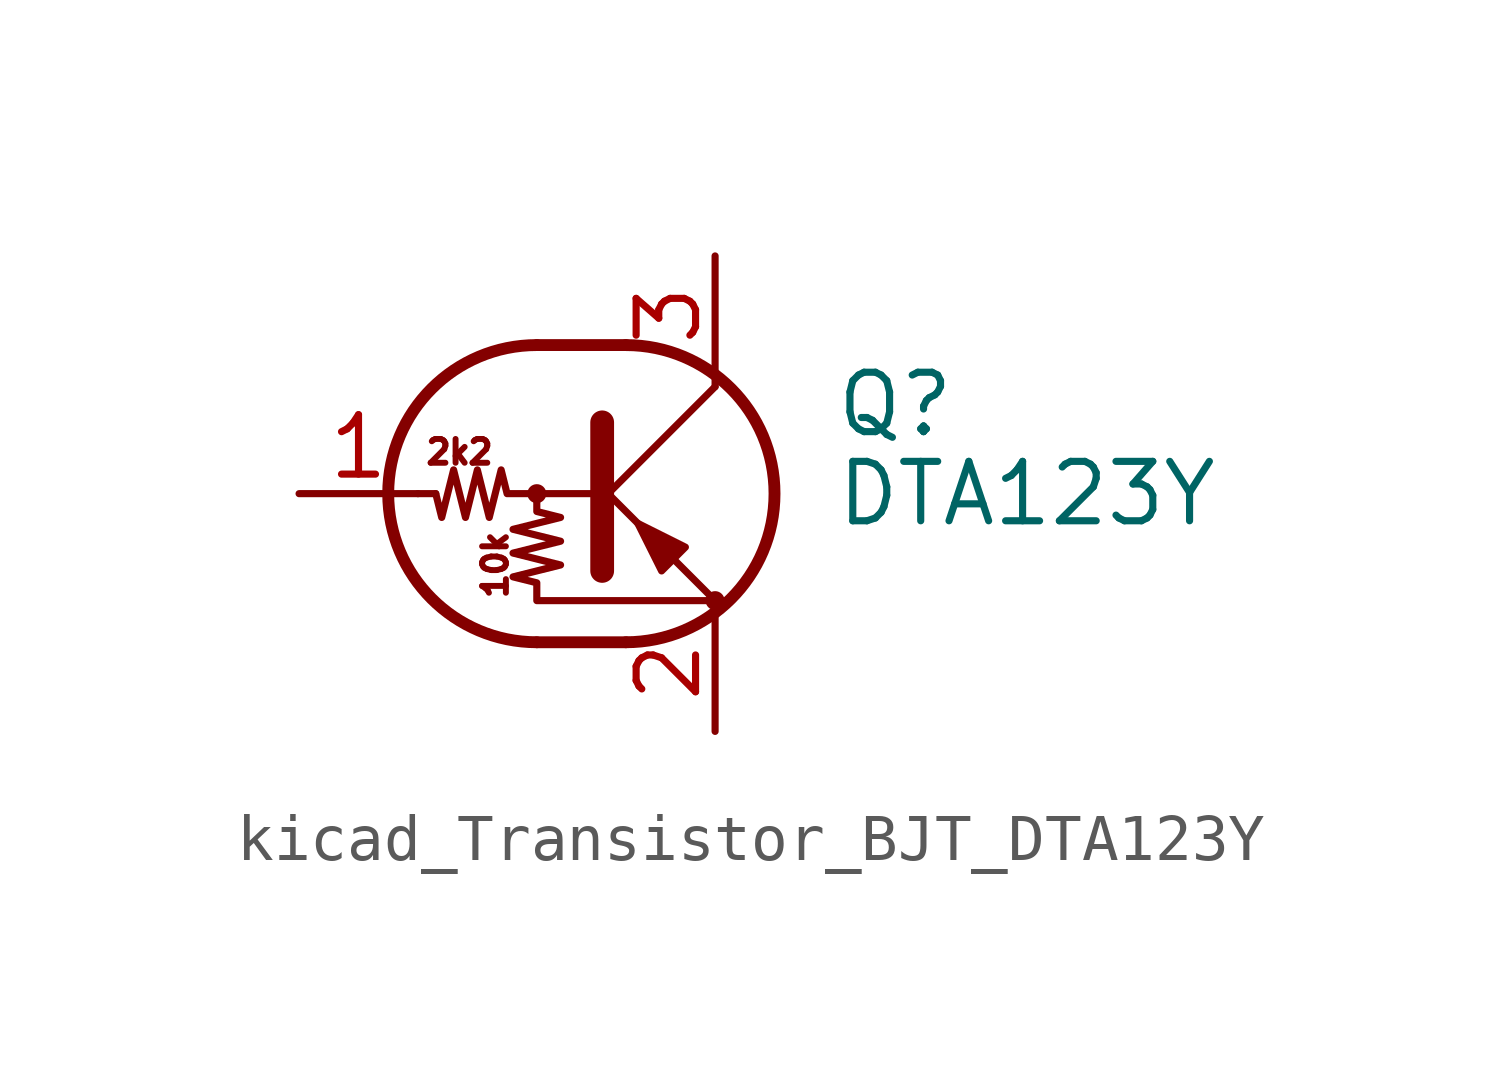
<source format=kicad_sym>
(kicad_symbol_lib
  (version 20220914)
  (generator kicad_symbol_editor)
  (symbol "kicad_Transistor_BJT_DTA123Y"
    (pin_names
      (offset 0) hide)
    (property "Reference" "Q"
      (at 5.08 1.905 0)
      (effects (font (size 1.27 1.27)) (justify left)))
    (property "Value" "DTA123Y"
      (at 5.08 0 0)
      (effects (font (size 1.27 1.27)) (justify left)))
    (symbol "kicad_Transistor_BJT_DTA123Y_0_0"
      (text "10k" (at -2.159 -1.524 900) (effects (font (size 0.508 0.508))))
      (text "2k2" (at -2.921 0.889 0) (effects (font (size 0.508 0.508)))))
    (symbol "kicad_Transistor_BJT_DTA123Y_0_1"
      (circle (center -1.27 0) (radius 0.127) (stroke (width 0) (type default)) (fill (type none)))
      (arc (start -1.27 3.175) (mid -4.4312 0) (end -1.27 -3.175) (stroke (width 0.254) (type default)) (fill (type none)))
      (polyline (pts (xy -3.429 0) (xy -3.81 0)) (stroke (width 0) (type default)) (fill (type none)))
      (polyline (pts (xy -1.27 -3.175) (xy 0.635 -3.175)) (stroke (width 0.254) (type default)) (fill (type none)))
      (polyline (pts (xy -1.27 3.175) (xy 0.635 3.175)) (stroke (width 0.254) (type default)) (fill (type none)))
      (polyline (pts (xy 0 -0.254) (xy 2.54 2.286)) (stroke (width 0) (type default)) (fill (type none)))
      (polyline (pts (xy 0.127 1.524) (xy 0.127 -1.651)) (stroke (width 0.508) (type default)) (fill (type outline)))
      (polyline (pts (xy 2.54 2.286) (xy 2.54 2.54)) (stroke (width 0) (type default)) (fill (type none)))
      (polyline (pts (xy 2.54 -2.286) (xy 0 0.254) (xy 0 0.254)) (stroke (width 0) (type default)) (fill (type none)))
      (polyline (pts (xy 1.397 -1.651) (xy 1.905 -1.143) (xy 0.889 -0.635) (xy 1.397 -1.651)) (stroke (width 0) (type default)) (fill (type outline)))
      (polyline (pts (xy 0 0) (xy -1.905 0) (xy -2.032 0.508) (xy -2.286 -0.508) (xy -2.54 0.508) (xy -2.794 -0.508) (xy -3.048 0.508) (xy -3.302 -0.508) (xy -3.429 0)) (stroke (width 0) (type default)) (fill (type none)))
      (polyline (pts (xy -1.27 0) (xy -1.27 -0.381) (xy -0.762 -0.508) (xy -1.778 -0.762) (xy -0.762 -1.016) (xy -1.778 -1.27) (xy -0.762 -1.524) (xy -1.778 -1.778) (xy -1.27 -1.905) (xy -1.27 -2.286) (xy 2.54 -2.286)) (stroke (width 0) (type default)) (fill (type none)))
      (arc (start 0.635 -3.175) (mid 3.7962 0) (end 0.635 3.175) (stroke (width 0.254) (type default)) (fill (type none)))
      (circle (center 2.54 -2.286) (radius 0.127) (stroke (width 0) (type default)) (fill (type none))))
    (symbol "kicad_Transistor_BJT_DTA123Y_1_1"
      (pin input line (at -6.35 0 0) (length 2.54) (name "B" (effects (font (size 1.27 1.27)))) (number "1" (effects (font (size 1.27 1.27)))))
      (pin passive line (at 2.54 -5.08 90) (length 2.54) (name "E" (effects (font (size 1.27 1.27)))) (number "2" (effects (font (size 1.27 1.27)))))
      (pin passive line (at 2.54 5.08 270) (length 2.54) (name "C" (effects (font (size 1.27 1.27)))) (number "3" (effects (font (size 1.27 1.27))))))))
</source>
